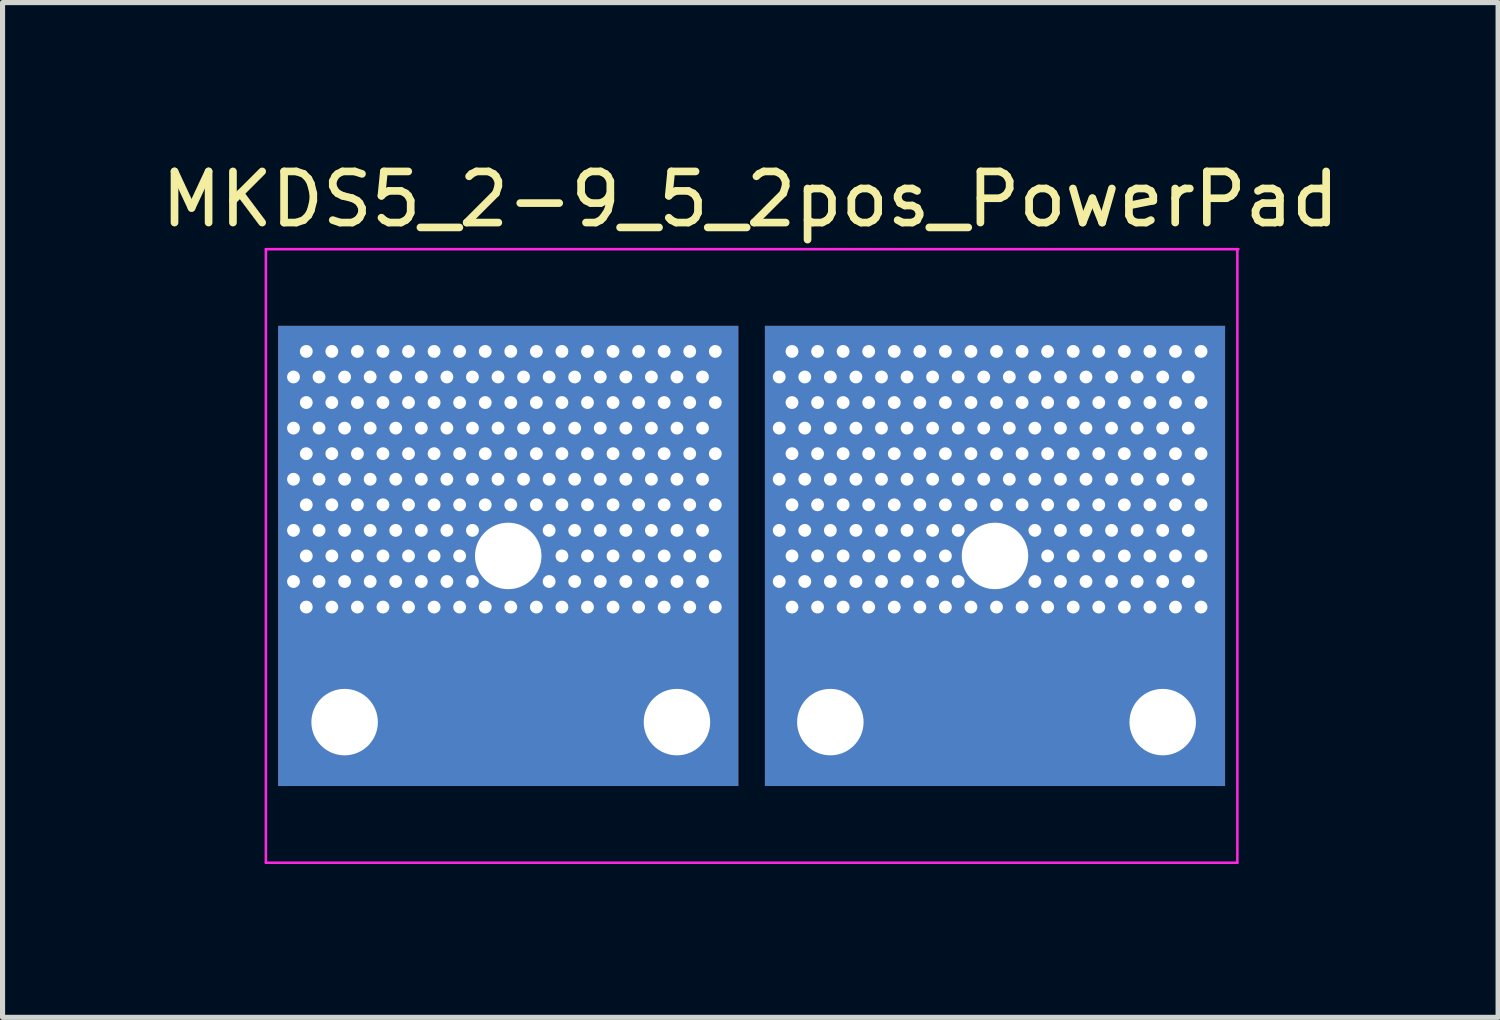
<source format=kicad_pcb>
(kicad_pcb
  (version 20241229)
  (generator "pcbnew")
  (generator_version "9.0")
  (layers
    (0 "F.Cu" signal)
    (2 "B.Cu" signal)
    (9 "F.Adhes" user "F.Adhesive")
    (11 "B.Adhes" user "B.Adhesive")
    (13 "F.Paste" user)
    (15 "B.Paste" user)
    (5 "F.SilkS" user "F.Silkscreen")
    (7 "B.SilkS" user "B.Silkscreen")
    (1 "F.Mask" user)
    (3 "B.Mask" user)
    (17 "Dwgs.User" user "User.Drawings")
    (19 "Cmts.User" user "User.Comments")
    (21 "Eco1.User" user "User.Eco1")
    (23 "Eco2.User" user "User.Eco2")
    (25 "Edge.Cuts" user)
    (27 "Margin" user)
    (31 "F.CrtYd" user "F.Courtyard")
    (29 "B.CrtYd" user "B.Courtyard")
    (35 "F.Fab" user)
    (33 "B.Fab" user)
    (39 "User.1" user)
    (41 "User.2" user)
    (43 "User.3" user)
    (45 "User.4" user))
  (footprint "MKDS5_2-9_5_2pos_PowerPad"
    (layer "F.Cu")
    (at 11.65 7.823)
    (property "Reference" "MKDS5_2-9_5_2pos_PowerPad" (at -0.025 -6.975 0) (layer "F.SilkS") (effects (font (size 1 1) (thickness 0.15))))
    (attr through_hole)
    (fp_line (start -9.5 -6) (end 9.52 -6) (stroke (width 0.05) (type solid)) (layer "F.CrtYd"))
    (fp_line (start -9.5 6) (end -9.5 -6) (stroke (width 0.05) (type solid)) (layer "F.CrtYd"))
    (fp_line (start 9.5 -6) (end 9.5 6) (stroke (width 0.05) (type solid)) (layer "F.CrtYd"))
    (fp_line (start 9.5 6) (end -9.5 6) (stroke (width 0.05) (type solid)) (layer "F.CrtYd"))
    (pad "1" thru_hole circle (at -8.96 -3.5) (size 0.5 0.5) (drill 0.25) (layers "*.Cu"))
    (pad "1" thru_hole circle (at -8.96 -2.5) (size 0.5 0.5) (drill 0.25) (layers "*.Cu"))
    (pad "1" thru_hole circle (at -8.96 -1.5) (size 0.5 0.5) (drill 0.25) (layers "*.Cu"))
    (pad "1" thru_hole circle (at -8.96 -0.5) (size 0.5 0.5) (drill 0.25) (layers "*.Cu"))
    (pad "1" thru_hole circle (at -8.96 0.5) (size 0.5 0.5) (drill 0.25) (layers "*.Cu"))
    (pad "1" thru_hole circle (at -8.71 -4) (size 0.5 0.5) (drill 0.25) (layers "*.Cu"))
    (pad "1" thru_hole circle (at -8.71 -3) (size 0.5 0.5) (drill 0.25) (layers "*.Cu"))
    (pad "1" thru_hole circle (at -8.71 -2) (size 0.5 0.5) (drill 0.25) (layers "*.Cu"))
    (pad "1" thru_hole circle (at -8.71 -1) (size 0.5 0.5) (drill 0.25) (layers "*.Cu"))
    (pad "1" thru_hole circle (at -8.71 0) (size 0.5 0.5) (drill 0.25) (layers "*.Cu"))
    (pad "1" thru_hole circle (at -8.71 1) (size 0.5 0.5) (drill 0.25) (layers "*.Cu"))
    (pad "1" thru_hole circle (at -8.46 -3.5) (size 0.5 0.5) (drill 0.25) (layers "*.Cu"))
    (pad "1" thru_hole circle (at -8.46 -2.5) (size 0.5 0.5) (drill 0.25) (layers "*.Cu"))
    (pad "1" thru_hole circle (at -8.46 -1.5) (size 0.5 0.5) (drill 0.25) (layers "*.Cu"))
    (pad "1" thru_hole circle (at -8.46 -0.5) (size 0.5 0.5) (drill 0.25) (layers "*.Cu"))
    (pad "1" thru_hole circle (at -8.46 0.5) (size 0.5 0.5) (drill 0.25) (layers "*.Cu"))
    (pad "1" thru_hole circle (at -8.21 -4) (size 0.5 0.5) (drill 0.25) (layers "*.Cu"))
    (pad "1" thru_hole circle (at -8.21 -3) (size 0.5 0.5) (drill 0.25) (layers "*.Cu"))
    (pad "1" thru_hole circle (at -8.21 -2) (size 0.5 0.5) (drill 0.25) (layers "*.Cu"))
    (pad "1" thru_hole circle (at -8.21 -1) (size 0.5 0.5) (drill 0.25) (layers "*.Cu"))
    (pad "1" thru_hole circle (at -8.21 0) (size 0.5 0.5) (drill 0.25) (layers "*.Cu"))
    (pad "1" thru_hole circle (at -8.21 1) (size 0.5 0.5) (drill 0.25) (layers "*.Cu"))
    (pad "1" thru_hole circle (at -7.96 -3.5) (size 0.5 0.5) (drill 0.25) (layers "*.Cu"))
    (pad "1" thru_hole circle (at -7.96 -2.5) (size 0.5 0.5) (drill 0.25) (layers "*.Cu"))
    (pad "1" thru_hole circle (at -7.96 -1.5) (size 0.5 0.5) (drill 0.25) (layers "*.Cu"))
    (pad "1" thru_hole circle (at -7.96 -0.5) (size 0.5 0.5) (drill 0.25) (layers "*.Cu"))
    (pad "1" thru_hole circle (at -7.96 0.5) (size 0.5 0.5) (drill 0.25) (layers "*.Cu"))
    (pad "1" thru_hole circle (at -7.96 3.25) (size 2.3 2.3) (drill 1.3) (layers "*.Cu"))
    (pad "1" thru_hole circle (at -7.71 -4) (size 0.5 0.5) (drill 0.25) (layers "*.Cu"))
    (pad "1" thru_hole circle (at -7.71 -3) (size 0.5 0.5) (drill 0.25) (layers "*.Cu"))
    (pad "1" thru_hole circle (at -7.71 -2) (size 0.5 0.5) (drill 0.25) (layers "*.Cu"))
    (pad "1" thru_hole circle (at -7.71 -1) (size 0.5 0.5) (drill 0.25) (layers "*.Cu"))
    (pad "1" thru_hole circle (at -7.71 0) (size 0.5 0.5) (drill 0.25) (layers "*.Cu"))
    (pad "1" thru_hole circle (at -7.71 1) (size 0.5 0.5) (drill 0.25) (layers "*.Cu"))
    (pad "1" thru_hole circle (at -7.46 -3.5) (size 0.5 0.5) (drill 0.25) (layers "*.Cu"))
    (pad "1" thru_hole circle (at -7.46 -2.5) (size 0.5 0.5) (drill 0.25) (layers "*.Cu"))
    (pad "1" thru_hole circle (at -7.46 -1.5) (size 0.5 0.5) (drill 0.25) (layers "*.Cu"))
    (pad "1" thru_hole circle (at -7.46 -0.5) (size 0.5 0.5) (drill 0.25) (layers "*.Cu"))
    (pad "1" thru_hole circle (at -7.46 0.5) (size 0.5 0.5) (drill 0.25) (layers "*.Cu"))
    (pad "1" thru_hole circle (at -7.21 -4) (size 0.5 0.5) (drill 0.25) (layers "*.Cu"))
    (pad "1" thru_hole circle (at -7.21 -3) (size 0.5 0.5) (drill 0.25) (layers "*.Cu"))
    (pad "1" thru_hole circle (at -7.21 -2) (size 0.5 0.5) (drill 0.25) (layers "*.Cu"))
    (pad "1" thru_hole circle (at -7.21 -1) (size 0.5 0.5) (drill 0.25) (layers "*.Cu"))
    (pad "1" thru_hole circle (at -7.21 0) (size 0.5 0.5) (drill 0.25) (layers "*.Cu"))
    (pad "1" thru_hole circle (at -7.21 1) (size 0.5 0.5) (drill 0.25) (layers "*.Cu"))
    (pad "1" thru_hole circle (at -6.96 -3.5) (size 0.5 0.5) (drill 0.25) (layers "*.Cu"))
    (pad "1" thru_hole circle (at -6.96 -2.5) (size 0.5 0.5) (drill 0.25) (layers "*.Cu"))
    (pad "1" thru_hole circle (at -6.96 -1.5) (size 0.5 0.5) (drill 0.25) (layers "*.Cu"))
    (pad "1" thru_hole circle (at -6.96 -0.5) (size 0.5 0.5) (drill 0.25) (layers "*.Cu"))
    (pad "1" thru_hole circle (at -6.96 0.5) (size 0.5 0.5) (drill 0.25) (layers "*.Cu"))
    (pad "1" thru_hole circle (at -6.71 -4) (size 0.5 0.5) (drill 0.25) (layers "*.Cu"))
    (pad "1" thru_hole circle (at -6.71 -3) (size 0.5 0.5) (drill 0.25) (layers "*.Cu"))
    (pad "1" thru_hole circle (at -6.71 -2) (size 0.5 0.5) (drill 0.25) (layers "*.Cu"))
    (pad "1" thru_hole circle (at -6.71 -1) (size 0.5 0.5) (drill 0.25) (layers "*.Cu"))
    (pad "1" thru_hole circle (at -6.71 0) (size 0.5 0.5) (drill 0.25) (layers "*.Cu"))
    (pad "1" thru_hole circle (at -6.71 1) (size 0.5 0.5) (drill 0.25) (layers "*.Cu"))
    (pad "1" thru_hole circle (at -6.46 -3.5) (size 0.5 0.5) (drill 0.25) (layers "*.Cu"))
    (pad "1" thru_hole circle (at -6.46 -2.5) (size 0.5 0.5) (drill 0.25) (layers "*.Cu"))
    (pad "1" thru_hole circle (at -6.46 -1.5) (size 0.5 0.5) (drill 0.25) (layers "*.Cu"))
    (pad "1" thru_hole circle (at -6.46 -0.5) (size 0.5 0.5) (drill 0.25) (layers "*.Cu"))
    (pad "1" thru_hole circle (at -6.46 0.5) (size 0.5 0.5) (drill 0.25) (layers "*.Cu"))
    (pad "1" thru_hole circle (at -6.21 -4) (size 0.5 0.5) (drill 0.25) (layers "*.Cu"))
    (pad "1" thru_hole circle (at -6.21 -3) (size 0.5 0.5) (drill 0.25) (layers "*.Cu"))
    (pad "1" thru_hole circle (at -6.21 -2) (size 0.5 0.5) (drill 0.25) (layers "*.Cu"))
    (pad "1" thru_hole circle (at -6.21 -1) (size 0.5 0.5) (drill 0.25) (layers "*.Cu"))
    (pad "1" thru_hole circle (at -6.21 0) (size 0.5 0.5) (drill 0.25) (layers "*.Cu"))
    (pad "1" thru_hole circle (at -6.21 1) (size 0.5 0.5) (drill 0.25) (layers "*.Cu"))
    (pad "1" thru_hole circle (at -5.96 -3.5) (size 0.5 0.5) (drill 0.25) (layers "*.Cu"))
    (pad "1" thru_hole circle (at -5.96 -2.5) (size 0.5 0.5) (drill 0.25) (layers "*.Cu"))
    (pad "1" thru_hole circle (at -5.96 -1.5) (size 0.5 0.5) (drill 0.25) (layers "*.Cu"))
    (pad "1" thru_hole circle (at -5.96 -0.5) (size 0.5 0.5) (drill 0.25) (layers "*.Cu"))
    (pad "1" thru_hole circle (at -5.96 0.5) (size 0.5 0.5) (drill 0.25) (layers "*.Cu"))
    (pad "1" thru_hole circle (at -5.71 -4) (size 0.5 0.5) (drill 0.25) (layers "*.Cu"))
    (pad "1" thru_hole circle (at -5.71 -3) (size 0.5 0.5) (drill 0.25) (layers "*.Cu"))
    (pad "1" thru_hole circle (at -5.71 -2) (size 0.5 0.5) (drill 0.25) (layers "*.Cu"))
    (pad "1" thru_hole circle (at -5.71 -1) (size 0.5 0.5) (drill 0.25) (layers "*.Cu"))
    (pad "1" thru_hole circle (at -5.71 0) (size 0.5 0.5) (drill 0.25) (layers "*.Cu"))
    (pad "1" thru_hole circle (at -5.71 1) (size 0.5 0.5) (drill 0.25) (layers "*.Cu"))
    (pad "1" thru_hole circle (at -5.46 -3.5) (size 0.5 0.5) (drill 0.25) (layers "*.Cu"))
    (pad "1" thru_hole circle (at -5.46 -2.5) (size 0.5 0.5) (drill 0.25) (layers "*.Cu"))
    (pad "1" thru_hole circle (at -5.46 -1.5) (size 0.5 0.5) (drill 0.25) (layers "*.Cu"))
    (pad "1" thru_hole circle (at -5.46 -0.5) (size 0.5 0.5) (drill 0.25) (layers "*.Cu"))
    (pad "1" thru_hole circle (at -5.46 0.5) (size 0.5 0.5) (drill 0.25) (layers "*.Cu"))
    (pad "1" thru_hole circle (at -5.21 -4) (size 0.5 0.5) (drill 0.25) (layers "*.Cu"))
    (pad "1" thru_hole circle (at -5.21 -3) (size 0.5 0.5) (drill 0.25) (layers "*.Cu"))
    (pad "1" thru_hole circle (at -5.21 -2) (size 0.5 0.5) (drill 0.25) (layers "*.Cu"))
    (pad "1" thru_hole circle (at -5.21 -1) (size 0.5 0.5) (drill 0.25) (layers "*.Cu"))
    (pad "1" thru_hole circle (at -5.21 1) (size 0.5 0.5) (drill 0.25) (layers "*.Cu"))
    (pad "1" thru_hole circle (at -4.96 -3.5) (size 0.5 0.5) (drill 0.25) (layers "*.Cu"))
    (pad "1" thru_hole circle (at -4.96 -2.5) (size 0.5 0.5) (drill 0.25) (layers "*.Cu"))
    (pad "1" thru_hole circle (at -4.96 -1.5) (size 0.5 0.5) (drill 0.25) (layers "*.Cu"))
    (pad "1" thru_hole circle (at -4.76 0) (size 2.3 2.3) (drill 1.3) (layers "*.Cu" "*.Mask"))
    (pad "1" smd rect (at -4.76 0) (size 9 9) (layers "F.Cu" "F.Mask"))
    (pad "1" smd rect (at -4.76 0) (size 9 9) (layers "B.Cu" "B.Mask"))
    (pad "1" thru_hole circle (at -4.71 -4) (size 0.5 0.5) (drill 0.25) (layers "*.Cu"))
    (pad "1" thru_hole circle (at -4.71 -3) (size 0.5 0.5) (drill 0.25) (layers "*.Cu"))
    (pad "1" thru_hole circle (at -4.71 -2) (size 0.5 0.5) (drill 0.25) (layers "*.Cu"))
    (pad "1" thru_hole circle (at -4.71 -1) (size 0.5 0.5) (drill 0.25) (layers "*.Cu"))
    (pad "1" thru_hole circle (at -4.71 1) (size 0.5 0.5) (drill 0.25) (layers "*.Cu"))
    (pad "1" thru_hole circle (at -4.46 -3.5) (size 0.5 0.5) (drill 0.25) (layers "*.Cu"))
    (pad "1" thru_hole circle (at -4.46 -2.5) (size 0.5 0.5) (drill 0.25) (layers "*.Cu"))
    (pad "1" thru_hole circle (at -4.46 -1.5) (size 0.5 0.5) (drill 0.25) (layers "*.Cu"))
    (pad "1" thru_hole circle (at -4.21 -4) (size 0.5 0.5) (drill 0.25) (layers "*.Cu"))
    (pad "1" thru_hole circle (at -4.21 -3) (size 0.5 0.5) (drill 0.25) (layers "*.Cu"))
    (pad "1" thru_hole circle (at -4.21 -2) (size 0.5 0.5) (drill 0.25) (layers "*.Cu"))
    (pad "1" thru_hole circle (at -4.21 -1) (size 0.5 0.5) (drill 0.25) (layers "*.Cu"))
    (pad "1" thru_hole circle (at -4.21 1) (size 0.5 0.5) (drill 0.25) (layers "*.Cu"))
    (pad "1" thru_hole circle (at -3.96 -3.5) (size 0.5 0.5) (drill 0.25) (layers "*.Cu"))
    (pad "1" thru_hole circle (at -3.96 -2.5) (size 0.5 0.5) (drill 0.25) (layers "*.Cu"))
    (pad "1" thru_hole circle (at -3.96 -1.5) (size 0.5 0.5) (drill 0.25) (layers "*.Cu"))
    (pad "1" thru_hole circle (at -3.96 -0.5) (size 0.5 0.5) (drill 0.25) (layers "*.Cu"))
    (pad "1" thru_hole circle (at -3.96 0.5) (size 0.5 0.5) (drill 0.25) (layers "*.Cu"))
    (pad "1" thru_hole circle (at -3.71 -4) (size 0.5 0.5) (drill 0.25) (layers "*.Cu"))
    (pad "1" thru_hole circle (at -3.71 -3) (size 0.5 0.5) (drill 0.25) (layers "*.Cu"))
    (pad "1" thru_hole circle (at -3.71 -2) (size 0.5 0.5) (drill 0.25) (layers "*.Cu"))
    (pad "1" thru_hole circle (at -3.71 -1) (size 0.5 0.5) (drill 0.25) (layers "*.Cu"))
    (pad "1" thru_hole circle (at -3.71 0) (size 0.5 0.5) (drill 0.25) (layers "*.Cu"))
    (pad "1" thru_hole circle (at -3.71 1) (size 0.5 0.5) (drill 0.25) (layers "*.Cu"))
    (pad "1" thru_hole circle (at -3.46 -3.5) (size 0.5 0.5) (drill 0.25) (layers "*.Cu"))
    (pad "1" thru_hole circle (at -3.46 -2.5) (size 0.5 0.5) (drill 0.25) (layers "*.Cu"))
    (pad "1" thru_hole circle (at -3.46 -1.5) (size 0.5 0.5) (drill 0.25) (layers "*.Cu"))
    (pad "1" thru_hole circle (at -3.46 -0.5) (size 0.5 0.5) (drill 0.25) (layers "*.Cu"))
    (pad "1" thru_hole circle (at -3.46 0.5) (size 0.5 0.5) (drill 0.25) (layers "*.Cu"))
    (pad "1" thru_hole circle (at -3.21 -4) (size 0.5 0.5) (drill 0.25) (layers "*.Cu"))
    (pad "1" thru_hole circle (at -3.21 -3) (size 0.5 0.5) (drill 0.25) (layers "*.Cu"))
    (pad "1" thru_hole circle (at -3.21 -2) (size 0.5 0.5) (drill 0.25) (layers "*.Cu"))
    (pad "1" thru_hole circle (at -3.21 -1) (size 0.5 0.5) (drill 0.25) (layers "*.Cu"))
    (pad "1" thru_hole circle (at -3.21 0) (size 0.5 0.5) (drill 0.25) (layers "*.Cu"))
    (pad "1" thru_hole circle (at -3.21 1) (size 0.5 0.5) (drill 0.25) (layers "*.Cu"))
    (pad "1" thru_hole circle (at -2.96 -3.5) (size 0.5 0.5) (drill 0.25) (layers "*.Cu"))
    (pad "1" thru_hole circle (at -2.96 -2.5) (size 0.5 0.5) (drill 0.25) (layers "*.Cu"))
    (pad "1" thru_hole circle (at -2.96 -1.5) (size 0.5 0.5) (drill 0.25) (layers "*.Cu"))
    (pad "1" thru_hole circle (at -2.96 -0.5) (size 0.5 0.5) (drill 0.25) (layers "*.Cu"))
    (pad "1" thru_hole circle (at -2.96 0.5) (size 0.5 0.5) (drill 0.25) (layers "*.Cu"))
    (pad "1" thru_hole circle (at -2.71 -4) (size 0.5 0.5) (drill 0.25) (layers "*.Cu"))
    (pad "1" thru_hole circle (at -2.71 -3) (size 0.5 0.5) (drill 0.25) (layers "*.Cu"))
    (pad "1" thru_hole circle (at -2.71 -2) (size 0.5 0.5) (drill 0.25) (layers "*.Cu"))
    (pad "1" thru_hole circle (at -2.71 -1) (size 0.5 0.5) (drill 0.25) (layers "*.Cu"))
    (pad "1" thru_hole circle (at -2.71 0) (size 0.5 0.5) (drill 0.25) (layers "*.Cu"))
    (pad "1" thru_hole circle (at -2.71 1) (size 0.5 0.5) (drill 0.25) (layers "*.Cu"))
    (pad "1" thru_hole circle (at -2.46 -3.5) (size 0.5 0.5) (drill 0.25) (layers "*.Cu"))
    (pad "1" thru_hole circle (at -2.46 -2.5) (size 0.5 0.5) (drill 0.25) (layers "*.Cu"))
    (pad "1" thru_hole circle (at -2.46 -1.5) (size 0.5 0.5) (drill 0.25) (layers "*.Cu"))
    (pad "1" thru_hole circle (at -2.46 -0.5) (size 0.5 0.5) (drill 0.25) (layers "*.Cu"))
    (pad "1" thru_hole circle (at -2.46 0.5) (size 0.5 0.5) (drill 0.25) (layers "*.Cu"))
    (pad "1" thru_hole circle (at -2.21 -4) (size 0.5 0.5) (drill 0.25) (layers "*.Cu"))
    (pad "1" thru_hole circle (at -2.21 -3) (size 0.5 0.5) (drill 0.25) (layers "*.Cu"))
    (pad "1" thru_hole circle (at -2.21 -2) (size 0.5 0.5) (drill 0.25) (layers "*.Cu"))
    (pad "1" thru_hole circle (at -2.21 -1) (size 0.5 0.5) (drill 0.25) (layers "*.Cu"))
    (pad "1" thru_hole circle (at -2.21 0) (size 0.5 0.5) (drill 0.25) (layers "*.Cu"))
    (pad "1" thru_hole circle (at -2.21 1) (size 0.5 0.5) (drill 0.25) (layers "*.Cu"))
    (pad "1" thru_hole circle (at -1.96 -3.5) (size 0.5 0.5) (drill 0.25) (layers "*.Cu"))
    (pad "1" thru_hole circle (at -1.96 -2.5) (size 0.5 0.5) (drill 0.25) (layers "*.Cu"))
    (pad "1" thru_hole circle (at -1.96 -1.5) (size 0.5 0.5) (drill 0.25) (layers "*.Cu"))
    (pad "1" thru_hole circle (at -1.96 -0.5) (size 0.5 0.5) (drill 0.25) (layers "*.Cu"))
    (pad "1" thru_hole circle (at -1.96 0.5) (size 0.5 0.5) (drill 0.25) (layers "*.Cu"))
    (pad "1" thru_hole circle (at -1.71 -4) (size 0.5 0.5) (drill 0.25) (layers "*.Cu"))
    (pad "1" thru_hole circle (at -1.71 -3) (size 0.5 0.5) (drill 0.25) (layers "*.Cu"))
    (pad "1" thru_hole circle (at -1.71 -2) (size 0.5 0.5) (drill 0.25) (layers "*.Cu"))
    (pad "1" thru_hole circle (at -1.71 -1) (size 0.5 0.5) (drill 0.25) (layers "*.Cu"))
    (pad "1" thru_hole circle (at -1.71 0) (size 0.5 0.5) (drill 0.25) (layers "*.Cu"))
    (pad "1" thru_hole circle (at -1.71 1) (size 0.5 0.5) (drill 0.25) (layers "*.Cu"))
    (pad "1" thru_hole circle (at -1.46 -3.5) (size 0.5 0.5) (drill 0.25) (layers "*.Cu"))
    (pad "1" thru_hole circle (at -1.46 -2.5) (size 0.5 0.5) (drill 0.25) (layers "*.Cu"))
    (pad "1" thru_hole circle (at -1.46 -1.5) (size 0.5 0.5) (drill 0.25) (layers "*.Cu"))
    (pad "1" thru_hole circle (at -1.46 -0.5) (size 0.5 0.5) (drill 0.25) (layers "*.Cu"))
    (pad "1" thru_hole circle (at -1.46 0.5) (size 0.5 0.5) (drill 0.25) (layers "*.Cu"))
    (pad "1" thru_hole circle (at -1.46 3.25) (size 2.3 2.3) (drill 1.3) (layers "*.Cu"))
    (pad "1" thru_hole circle (at -1.21 -4) (size 0.5 0.5) (drill 0.25) (layers "*.Cu"))
    (pad "1" thru_hole circle (at -1.21 -3) (size 0.5 0.5) (drill 0.25) (layers "*.Cu"))
    (pad "1" thru_hole circle (at -1.21 -2) (size 0.5 0.5) (drill 0.25) (layers "*.Cu"))
    (pad "1" thru_hole circle (at -1.21 -1) (size 0.5 0.5) (drill 0.25) (layers "*.Cu"))
    (pad "1" thru_hole circle (at -1.21 0) (size 0.5 0.5) (drill 0.25) (layers "*.Cu"))
    (pad "1" thru_hole circle (at -1.21 1) (size 0.5 0.5) (drill 0.25) (layers "*.Cu"))
    (pad "1" thru_hole circle (at -0.96 -3.5) (size 0.5 0.5) (drill 0.25) (layers "*.Cu"))
    (pad "1" thru_hole circle (at -0.96 -2.5) (size 0.5 0.5) (drill 0.25) (layers "*.Cu"))
    (pad "1" thru_hole circle (at -0.96 -1.5) (size 0.5 0.5) (drill 0.25) (layers "*.Cu"))
    (pad "1" thru_hole circle (at -0.96 -0.5) (size 0.5 0.5) (drill 0.25) (layers "*.Cu"))
    (pad "1" thru_hole circle (at -0.96 0.5) (size 0.5 0.5) (drill 0.25) (layers "*.Cu"))
    (pad "1" thru_hole circle (at -0.71 -4) (size 0.5 0.5) (drill 0.25) (layers "*.Cu"))
    (pad "1" thru_hole circle (at -0.71 -3) (size 0.5 0.5) (drill 0.25) (layers "*.Cu"))
    (pad "1" thru_hole circle (at -0.71 -2) (size 0.5 0.5) (drill 0.25) (layers "*.Cu"))
    (pad "1" thru_hole circle (at -0.71 -1) (size 0.5 0.5) (drill 0.25) (layers "*.Cu"))
    (pad "1" thru_hole circle (at -0.71 0) (size 0.5 0.5) (drill 0.25) (layers "*.Cu"))
    (pad "1" thru_hole circle (at -0.71 1) (size 0.5 0.5) (drill 0.25) (layers "*.Cu"))
    (pad "2" thru_hole circle (at 0.54 -3.5) (size 0.5 0.5) (drill 0.25) (layers "*.Cu"))
    (pad "2" thru_hole circle (at 0.54 -2.5) (size 0.5 0.5) (drill 0.25) (layers "*.Cu"))
    (pad "2" thru_hole circle (at 0.54 -1.5) (size 0.5 0.5) (drill 0.25) (layers "*.Cu"))
    (pad "2" thru_hole circle (at 0.54 -0.5) (size 0.5 0.5) (drill 0.25) (layers "*.Cu"))
    (pad "2" thru_hole circle (at 0.54 0.5) (size 0.5 0.5) (drill 0.25) (layers "*.Cu"))
    (pad "2" thru_hole circle (at 0.79 -4) (size 0.5 0.5) (drill 0.25) (layers "*.Cu"))
    (pad "2" thru_hole circle (at 0.79 -3) (size 0.5 0.5) (drill 0.25) (layers "*.Cu"))
    (pad "2" thru_hole circle (at 0.79 -2) (size 0.5 0.5) (drill 0.25) (layers "*.Cu"))
    (pad "2" thru_hole circle (at 0.79 -1) (size 0.5 0.5) (drill 0.25) (layers "*.Cu"))
    (pad "2" thru_hole circle (at 0.79 0) (size 0.5 0.5) (drill 0.25) (layers "*.Cu"))
    (pad "2" thru_hole circle (at 0.79 1) (size 0.5 0.5) (drill 0.25) (layers "*.Cu"))
    (pad "2" thru_hole circle (at 1.04 -3.5) (size 0.5 0.5) (drill 0.25) (layers "*.Cu"))
    (pad "2" thru_hole circle (at 1.04 -2.5) (size 0.5 0.5) (drill 0.25) (layers "*.Cu"))
    (pad "2" thru_hole circle (at 1.04 -1.5) (size 0.5 0.5) (drill 0.25) (layers "*.Cu"))
    (pad "2" thru_hole circle (at 1.04 -0.5) (size 0.5 0.5) (drill 0.25) (layers "*.Cu"))
    (pad "2" thru_hole circle (at 1.04 0.5) (size 0.5 0.5) (drill 0.25) (layers "*.Cu"))
    (pad "2" thru_hole circle (at 1.29 -4) (size 0.5 0.5) (drill 0.25) (layers "*.Cu"))
    (pad "2" thru_hole circle (at 1.29 -3) (size 0.5 0.5) (drill 0.25) (layers "*.Cu"))
    (pad "2" thru_hole circle (at 1.29 -2) (size 0.5 0.5) (drill 0.25) (layers "*.Cu"))
    (pad "2" thru_hole circle (at 1.29 -1) (size 0.5 0.5) (drill 0.25) (layers "*.Cu"))
    (pad "2" thru_hole circle (at 1.29 0) (size 0.5 0.5) (drill 0.25) (layers "*.Cu"))
    (pad "2" thru_hole circle (at 1.29 1) (size 0.5 0.5) (drill 0.25) (layers "*.Cu"))
    (pad "2" thru_hole circle (at 1.54 -3.5) (size 0.5 0.5) (drill 0.25) (layers "*.Cu"))
    (pad "2" thru_hole circle (at 1.54 -2.5) (size 0.5 0.5) (drill 0.25) (layers "*.Cu"))
    (pad "2" thru_hole circle (at 1.54 -1.5) (size 0.5 0.5) (drill 0.25) (layers "*.Cu"))
    (pad "2" thru_hole circle (at 1.54 -0.5) (size 0.5 0.5) (drill 0.25) (layers "*.Cu"))
    (pad "2" thru_hole circle (at 1.54 0.5) (size 0.5 0.5) (drill 0.25) (layers "*.Cu"))
    (pad "2" thru_hole circle (at 1.54 3.25) (size 2.3 2.3) (drill 1.3) (layers "*.Cu"))
    (pad "2" thru_hole circle (at 1.79 -4) (size 0.5 0.5) (drill 0.25) (layers "*.Cu"))
    (pad "2" thru_hole circle (at 1.79 -3) (size 0.5 0.5) (drill 0.25) (layers "*.Cu"))
    (pad "2" thru_hole circle (at 1.79 -2) (size 0.5 0.5) (drill 0.25) (layers "*.Cu"))
    (pad "2" thru_hole circle (at 1.79 -1) (size 0.5 0.5) (drill 0.25) (layers "*.Cu"))
    (pad "2" thru_hole circle (at 1.79 0) (size 0.5 0.5) (drill 0.25) (layers "*.Cu"))
    (pad "2" thru_hole circle (at 1.79 1) (size 0.5 0.5) (drill 0.25) (layers "*.Cu"))
    (pad "2" thru_hole circle (at 2.04 -3.5) (size 0.5 0.5) (drill 0.25) (layers "*.Cu"))
    (pad "2" thru_hole circle (at 2.04 -2.5) (size 0.5 0.5) (drill 0.25) (layers "*.Cu"))
    (pad "2" thru_hole circle (at 2.04 -1.5) (size 0.5 0.5) (drill 0.25) (layers "*.Cu"))
    (pad "2" thru_hole circle (at 2.04 -0.5) (size 0.5 0.5) (drill 0.25) (layers "*.Cu"))
    (pad "2" thru_hole circle (at 2.04 0.5) (size 0.5 0.5) (drill 0.25) (layers "*.Cu"))
    (pad "2" thru_hole circle (at 2.29 -4) (size 0.5 0.5) (drill 0.25) (layers "*.Cu"))
    (pad "2" thru_hole circle (at 2.29 -3) (size 0.5 0.5) (drill 0.25) (layers "*.Cu"))
    (pad "2" thru_hole circle (at 2.29 -2) (size 0.5 0.5) (drill 0.25) (layers "*.Cu"))
    (pad "2" thru_hole circle (at 2.29 -1) (size 0.5 0.5) (drill 0.25) (layers "*.Cu"))
    (pad "2" thru_hole circle (at 2.29 0) (size 0.5 0.5) (drill 0.25) (layers "*.Cu"))
    (pad "2" thru_hole circle (at 2.29 1) (size 0.5 0.5) (drill 0.25) (layers "*.Cu"))
    (pad "2" thru_hole circle (at 2.54 -3.5) (size 0.5 0.5) (drill 0.25) (layers "*.Cu"))
    (pad "2" thru_hole circle (at 2.54 -2.5) (size 0.5 0.5) (drill 0.25) (layers "*.Cu"))
    (pad "2" thru_hole circle (at 2.54 -1.5) (size 0.5 0.5) (drill 0.25) (layers "*.Cu"))
    (pad "2" thru_hole circle (at 2.54 -0.5) (size 0.5 0.5) (drill 0.25) (layers "*.Cu"))
    (pad "2" thru_hole circle (at 2.54 0.5) (size 0.5 0.5) (drill 0.25) (layers "*.Cu"))
    (pad "2" thru_hole circle (at 2.79 -4) (size 0.5 0.5) (drill 0.25) (layers "*.Cu"))
    (pad "2" thru_hole circle (at 2.79 -3) (size 0.5 0.5) (drill 0.25) (layers "*.Cu"))
    (pad "2" thru_hole circle (at 2.79 -2) (size 0.5 0.5) (drill 0.25) (layers "*.Cu"))
    (pad "2" thru_hole circle (at 2.79 -1) (size 0.5 0.5) (drill 0.25) (layers "*.Cu"))
    (pad "2" thru_hole circle (at 2.79 0) (size 0.5 0.5) (drill 0.25) (layers "*.Cu"))
    (pad "2" thru_hole circle (at 2.79 1) (size 0.5 0.5) (drill 0.25) (layers "*.Cu"))
    (pad "2" thru_hole circle (at 3.04 -3.5) (size 0.5 0.5) (drill 0.25) (layers "*.Cu"))
    (pad "2" thru_hole circle (at 3.04 -2.5) (size 0.5 0.5) (drill 0.25) (layers "*.Cu"))
    (pad "2" thru_hole circle (at 3.04 -1.5) (size 0.5 0.5) (drill 0.25) (layers "*.Cu"))
    (pad "2" thru_hole circle (at 3.04 -0.5) (size 0.5 0.5) (drill 0.25) (layers "*.Cu"))
    (pad "2" thru_hole circle (at 3.04 0.5) (size 0.5 0.5) (drill 0.25) (layers "*.Cu"))
    (pad "2" thru_hole circle (at 3.29 -4) (size 0.5 0.5) (drill 0.25) (layers "*.Cu"))
    (pad "2" thru_hole circle (at 3.29 -3) (size 0.5 0.5) (drill 0.25) (layers "*.Cu"))
    (pad "2" thru_hole circle (at 3.29 -2) (size 0.5 0.5) (drill 0.25) (layers "*.Cu"))
    (pad "2" thru_hole circle (at 3.29 -1) (size 0.5 0.5) (drill 0.25) (layers "*.Cu"))
    (pad "2" thru_hole circle (at 3.29 0) (size 0.5 0.5) (drill 0.25) (layers "*.Cu"))
    (pad "2" thru_hole circle (at 3.29 1) (size 0.5 0.5) (drill 0.25) (layers "*.Cu"))
    (pad "2" thru_hole circle (at 3.54 -3.5) (size 0.5 0.5) (drill 0.25) (layers "*.Cu"))
    (pad "2" thru_hole circle (at 3.54 -2.5) (size 0.5 0.5) (drill 0.25) (layers "*.Cu"))
    (pad "2" thru_hole circle (at 3.54 -1.5) (size 0.5 0.5) (drill 0.25) (layers "*.Cu"))
    (pad "2" thru_hole circle (at 3.54 -0.5) (size 0.5 0.5) (drill 0.25) (layers "*.Cu"))
    (pad "2" thru_hole circle (at 3.54 0.5) (size 0.5 0.5) (drill 0.25) (layers "*.Cu"))
    (pad "2" thru_hole circle (at 3.79 -4) (size 0.5 0.5) (drill 0.25) (layers "*.Cu"))
    (pad "2" thru_hole circle (at 3.79 -3) (size 0.5 0.5) (drill 0.25) (layers "*.Cu"))
    (pad "2" thru_hole circle (at 3.79 -2) (size 0.5 0.5) (drill 0.25) (layers "*.Cu"))
    (pad "2" thru_hole circle (at 3.79 -1) (size 0.5 0.5) (drill 0.25) (layers "*.Cu"))
    (pad "2" thru_hole circle (at 3.79 0) (size 0.5 0.5) (drill 0.25) (layers "*.Cu"))
    (pad "2" thru_hole circle (at 3.79 1) (size 0.5 0.5) (drill 0.25) (layers "*.Cu"))
    (pad "2" thru_hole circle (at 4.04 -3.5) (size 0.5 0.5) (drill 0.25) (layers "*.Cu"))
    (pad "2" thru_hole circle (at 4.04 -2.5) (size 0.5 0.5) (drill 0.25) (layers "*.Cu"))
    (pad "2" thru_hole circle (at 4.04 -1.5) (size 0.5 0.5) (drill 0.25) (layers "*.Cu"))
    (pad "2" thru_hole circle (at 4.04 -0.5) (size 0.5 0.5) (drill 0.25) (layers "*.Cu"))
    (pad "2" thru_hole circle (at 4.04 0.5) (size 0.5 0.5) (drill 0.25) (layers "*.Cu"))
    (pad "2" thru_hole circle (at 4.29 -4) (size 0.5 0.5) (drill 0.25) (layers "*.Cu"))
    (pad "2" thru_hole circle (at 4.29 -3) (size 0.5 0.5) (drill 0.25) (layers "*.Cu"))
    (pad "2" thru_hole circle (at 4.29 -2) (size 0.5 0.5) (drill 0.25) (layers "*.Cu"))
    (pad "2" thru_hole circle (at 4.29 -1) (size 0.5 0.5) (drill 0.25) (layers "*.Cu"))
    (pad "2" thru_hole circle (at 4.29 1) (size 0.5 0.5) (drill 0.25) (layers "*.Cu"))
    (pad "2" thru_hole circle (at 4.54 -3.5) (size 0.5 0.5) (drill 0.25) (layers "*.Cu"))
    (pad "2" thru_hole circle (at 4.54 -2.5) (size 0.5 0.5) (drill 0.25) (layers "*.Cu"))
    (pad "2" thru_hole circle (at 4.54 -1.5) (size 0.5 0.5) (drill 0.25) (layers "*.Cu"))
    (pad "2" thru_hole circle (at 4.76 0) (size 2.3 2.3) (drill 1.3) (layers "*.Cu"))
    (pad "2" smd rect (at 4.76 0) (size 9 9) (layers "F.Cu" "F.Mask"))
    (pad "2" smd rect (at 4.76 0) (size 9 9) (layers "B.Cu" "B.Mask"))
    (pad "2" thru_hole circle (at 4.79 -4) (size 0.5 0.5) (drill 0.25) (layers "*.Cu"))
    (pad "2" thru_hole circle (at 4.79 -3) (size 0.5 0.5) (drill 0.25) (layers "*.Cu"))
    (pad "2" thru_hole circle (at 4.79 -2) (size 0.5 0.5) (drill 0.25) (layers "*.Cu"))
    (pad "2" thru_hole circle (at 4.79 -1) (size 0.5 0.5) (drill 0.25) (layers "*.Cu"))
    (pad "2" thru_hole circle (at 4.79 1) (size 0.5 0.5) (drill 0.25) (layers "*.Cu"))
    (pad "2" thru_hole circle (at 5.04 -3.5) (size 0.5 0.5) (drill 0.25) (layers "*.Cu"))
    (pad "2" thru_hole circle (at 5.04 -2.5) (size 0.5 0.5) (drill 0.25) (layers "*.Cu"))
    (pad "2" thru_hole circle (at 5.04 -1.5) (size 0.5 0.5) (drill 0.25) (layers "*.Cu"))
    (pad "2" thru_hole circle (at 5.29 -4) (size 0.5 0.5) (drill 0.25) (layers "*.Cu"))
    (pad "2" thru_hole circle (at 5.29 -3) (size 0.5 0.5) (drill 0.25) (layers "*.Cu"))
    (pad "2" thru_hole circle (at 5.29 -2) (size 0.5 0.5) (drill 0.25) (layers "*.Cu"))
    (pad "2" thru_hole circle (at 5.29 -1) (size 0.5 0.5) (drill 0.25) (layers "*.Cu"))
    (pad "2" thru_hole circle (at 5.29 1) (size 0.5 0.5) (drill 0.25) (layers "*.Cu"))
    (pad "2" thru_hole circle (at 5.54 -3.5) (size 0.5 0.5) (drill 0.25) (layers "*.Cu"))
    (pad "2" thru_hole circle (at 5.54 -2.5) (size 0.5 0.5) (drill 0.25) (layers "*.Cu"))
    (pad "2" thru_hole circle (at 5.54 -1.5) (size 0.5 0.5) (drill 0.25) (layers "*.Cu"))
    (pad "2" thru_hole circle (at 5.54 -0.5) (size 0.5 0.5) (drill 0.25) (layers "*.Cu"))
    (pad "2" thru_hole circle (at 5.54 0.5) (size 0.5 0.5) (drill 0.25) (layers "*.Cu"))
    (pad "2" thru_hole circle (at 5.79 -4) (size 0.5 0.5) (drill 0.25) (layers "*.Cu"))
    (pad "2" thru_hole circle (at 5.79 -3) (size 0.5 0.5) (drill 0.25) (layers "*.Cu"))
    (pad "2" thru_hole circle (at 5.79 -2) (size 0.5 0.5) (drill 0.25) (layers "*.Cu"))
    (pad "2" thru_hole circle (at 5.79 -1) (size 0.5 0.5) (drill 0.25) (layers "*.Cu"))
    (pad "2" thru_hole circle (at 5.79 0) (size 0.5 0.5) (drill 0.25) (layers "*.Cu"))
    (pad "2" thru_hole circle (at 5.79 1) (size 0.5 0.5) (drill 0.25) (layers "*.Cu"))
    (pad "2" thru_hole circle (at 6.04 -3.5) (size 0.5 0.5) (drill 0.25) (layers "*.Cu"))
    (pad "2" thru_hole circle (at 6.04 -2.5) (size 0.5 0.5) (drill 0.25) (layers "*.Cu"))
    (pad "2" thru_hole circle (at 6.04 -1.5) (size 0.5 0.5) (drill 0.25) (layers "*.Cu"))
    (pad "2" thru_hole circle (at 6.04 -0.5) (size 0.5 0.5) (drill 0.25) (layers "*.Cu"))
    (pad "2" thru_hole circle (at 6.04 0.5) (size 0.5 0.5) (drill 0.25) (layers "*.Cu"))
    (pad "2" thru_hole circle (at 6.29 -4) (size 0.5 0.5) (drill 0.25) (layers "*.Cu"))
    (pad "2" thru_hole circle (at 6.29 -3) (size 0.5 0.5) (drill 0.25) (layers "*.Cu"))
    (pad "2" thru_hole circle (at 6.29 -2) (size 0.5 0.5) (drill 0.25) (layers "*.Cu"))
    (pad "2" thru_hole circle (at 6.29 -1) (size 0.5 0.5) (drill 0.25) (layers "*.Cu"))
    (pad "2" thru_hole circle (at 6.29 0) (size 0.5 0.5) (drill 0.25) (layers "*.Cu"))
    (pad "2" thru_hole circle (at 6.29 1) (size 0.5 0.5) (drill 0.25) (layers "*.Cu"))
    (pad "2" thru_hole circle (at 6.54 -3.5) (size 0.5 0.5) (drill 0.25) (layers "*.Cu"))
    (pad "2" thru_hole circle (at 6.54 -2.5) (size 0.5 0.5) (drill 0.25) (layers "*.Cu"))
    (pad "2" thru_hole circle (at 6.54 -1.5) (size 0.5 0.5) (drill 0.25) (layers "*.Cu"))
    (pad "2" thru_hole circle (at 6.54 -0.5) (size 0.5 0.5) (drill 0.25) (layers "*.Cu"))
    (pad "2" thru_hole circle (at 6.54 0.5) (size 0.5 0.5) (drill 0.25) (layers "*.Cu"))
    (pad "2" thru_hole circle (at 6.79 -4) (size 0.5 0.5) (drill 0.25) (layers "*.Cu"))
    (pad "2" thru_hole circle (at 6.79 -3) (size 0.5 0.5) (drill 0.25) (layers "*.Cu"))
    (pad "2" thru_hole circle (at 6.79 -2) (size 0.5 0.5) (drill 0.25) (layers "*.Cu"))
    (pad "2" thru_hole circle (at 6.79 -1) (size 0.5 0.5) (drill 0.25) (layers "*.Cu"))
    (pad "2" thru_hole circle (at 6.79 0) (size 0.5 0.5) (drill 0.25) (layers "*.Cu"))
    (pad "2" thru_hole circle (at 6.79 1) (size 0.5 0.5) (drill 0.25) (layers "*.Cu"))
    (pad "2" thru_hole circle (at 7.04 -3.5) (size 0.5 0.5) (drill 0.25) (layers "*.Cu"))
    (pad "2" thru_hole circle (at 7.04 -2.5) (size 0.5 0.5) (drill 0.25) (layers "*.Cu"))
    (pad "2" thru_hole circle (at 7.04 -1.5) (size 0.5 0.5) (drill 0.25) (layers "*.Cu"))
    (pad "2" thru_hole circle (at 7.04 -0.5) (size 0.5 0.5) (drill 0.25) (layers "*.Cu"))
    (pad "2" thru_hole circle (at 7.04 0.5) (size 0.5 0.5) (drill 0.25) (layers "*.Cu"))
    (pad "2" thru_hole circle (at 7.29 -4) (size 0.5 0.5) (drill 0.25) (layers "*.Cu"))
    (pad "2" thru_hole circle (at 7.29 -3) (size 0.5 0.5) (drill 0.25) (layers "*.Cu"))
    (pad "2" thru_hole circle (at 7.29 -2) (size 0.5 0.5) (drill 0.25) (layers "*.Cu"))
    (pad "2" thru_hole circle (at 7.29 -1) (size 0.5 0.5) (drill 0.25) (layers "*.Cu"))
    (pad "2" thru_hole circle (at 7.29 0) (size 0.5 0.5) (drill 0.25) (layers "*.Cu"))
    (pad "2" thru_hole circle (at 7.29 1) (size 0.5 0.5) (drill 0.25) (layers "*.Cu"))
    (pad "2" thru_hole circle (at 7.54 -3.5) (size 0.5 0.5) (drill 0.25) (layers "*.Cu"))
    (pad "2" thru_hole circle (at 7.54 -2.5) (size 0.5 0.5) (drill 0.25) (layers "*.Cu"))
    (pad "2" thru_hole circle (at 7.54 -1.5) (size 0.5 0.5) (drill 0.25) (layers "*.Cu"))
    (pad "2" thru_hole circle (at 7.54 -0.5) (size 0.5 0.5) (drill 0.25) (layers "*.Cu"))
    (pad "2" thru_hole circle (at 7.54 0.5) (size 0.5 0.5) (drill 0.25) (layers "*.Cu"))
    (pad "2" thru_hole circle (at 7.79 -4) (size 0.5 0.5) (drill 0.25) (layers "*.Cu"))
    (pad "2" thru_hole circle (at 7.79 -3) (size 0.5 0.5) (drill 0.25) (layers "*.Cu"))
    (pad "2" thru_hole circle (at 7.79 -2) (size 0.5 0.5) (drill 0.25) (layers "*.Cu"))
    (pad "2" thru_hole circle (at 7.79 -1) (size 0.5 0.5) (drill 0.25) (layers "*.Cu"))
    (pad "2" thru_hole circle (at 7.79 0) (size 0.5 0.5) (drill 0.25) (layers "*.Cu"))
    (pad "2" thru_hole circle (at 7.79 1) (size 0.5 0.5) (drill 0.25) (layers "*.Cu"))
    (pad "2" thru_hole circle (at 8.04 -3.5) (size 0.5 0.5) (drill 0.25) (layers "*.Cu"))
    (pad "2" thru_hole circle (at 8.04 -2.5) (size 0.5 0.5) (drill 0.25) (layers "*.Cu"))
    (pad "2" thru_hole circle (at 8.04 -1.5) (size 0.5 0.5) (drill 0.25) (layers "*.Cu"))
    (pad "2" thru_hole circle (at 8.04 -0.5) (size 0.5 0.5) (drill 0.25) (layers "*.Cu"))
    (pad "2" thru_hole circle (at 8.04 0.5) (size 0.5 0.5) (drill 0.25) (layers "*.Cu"))
    (pad "2" thru_hole circle (at 8.04 3.25) (size 2.3 2.3) (drill 1.3) (layers "*.Cu"))
    (pad "2" thru_hole circle (at 8.29 -4) (size 0.5 0.5) (drill 0.25) (layers "*.Cu"))
    (pad "2" thru_hole circle (at 8.29 -3) (size 0.5 0.5) (drill 0.25) (layers "*.Cu"))
    (pad "2" thru_hole circle (at 8.29 -2) (size 0.5 0.5) (drill 0.25) (layers "*.Cu"))
    (pad "2" thru_hole circle (at 8.29 -1) (size 0.5 0.5) (drill 0.25) (layers "*.Cu"))
    (pad "2" thru_hole circle (at 8.29 0) (size 0.5 0.5) (drill 0.25) (layers "*.Cu"))
    (pad "2" thru_hole circle (at 8.29 1) (size 0.5 0.5) (drill 0.25) (layers "*.Cu"))
    (pad "2" thru_hole circle (at 8.54 -3.5) (size 0.5 0.5) (drill 0.25) (layers "*.Cu"))
    (pad "2" thru_hole circle (at 8.54 -2.5) (size 0.5 0.5) (drill 0.25) (layers "*.Cu"))
    (pad "2" thru_hole circle (at 8.54 -1.5) (size 0.5 0.5) (drill 0.25) (layers "*.Cu"))
    (pad "2" thru_hole circle (at 8.54 -0.5) (size 0.5 0.5) (drill 0.25) (layers "*.Cu"))
    (pad "2" thru_hole circle (at 8.54 0.5) (size 0.5 0.5) (drill 0.25) (layers "*.Cu"))
    (pad "2" thru_hole circle (at 8.79 -4) (size 0.5 0.5) (drill 0.25) (layers "*.Cu"))
    (pad "2" thru_hole circle (at 8.79 -3) (size 0.5 0.5) (drill 0.25) (layers "*.Cu"))
    (pad "2" thru_hole circle (at 8.79 -2) (size 0.5 0.5) (drill 0.25) (layers "*.Cu"))
    (pad "2" thru_hole circle (at 8.79 -1) (size 0.5 0.5) (drill 0.25) (layers "*.Cu"))
    (pad "2" thru_hole circle (at 8.79 0) (size 0.5 0.5) (drill 0.25) (layers "*.Cu"))
    (pad "2" thru_hole circle (at 8.79 1) (size 0.5 0.5) (drill 0.25) (layers "*.Cu")))
  (gr_rect
    (start -3 -3)
    (end 26.25 16.848)
    (stroke (width 0.1) (type default))
    (fill no)
    (layer "Edge.Cuts")))
</source>
